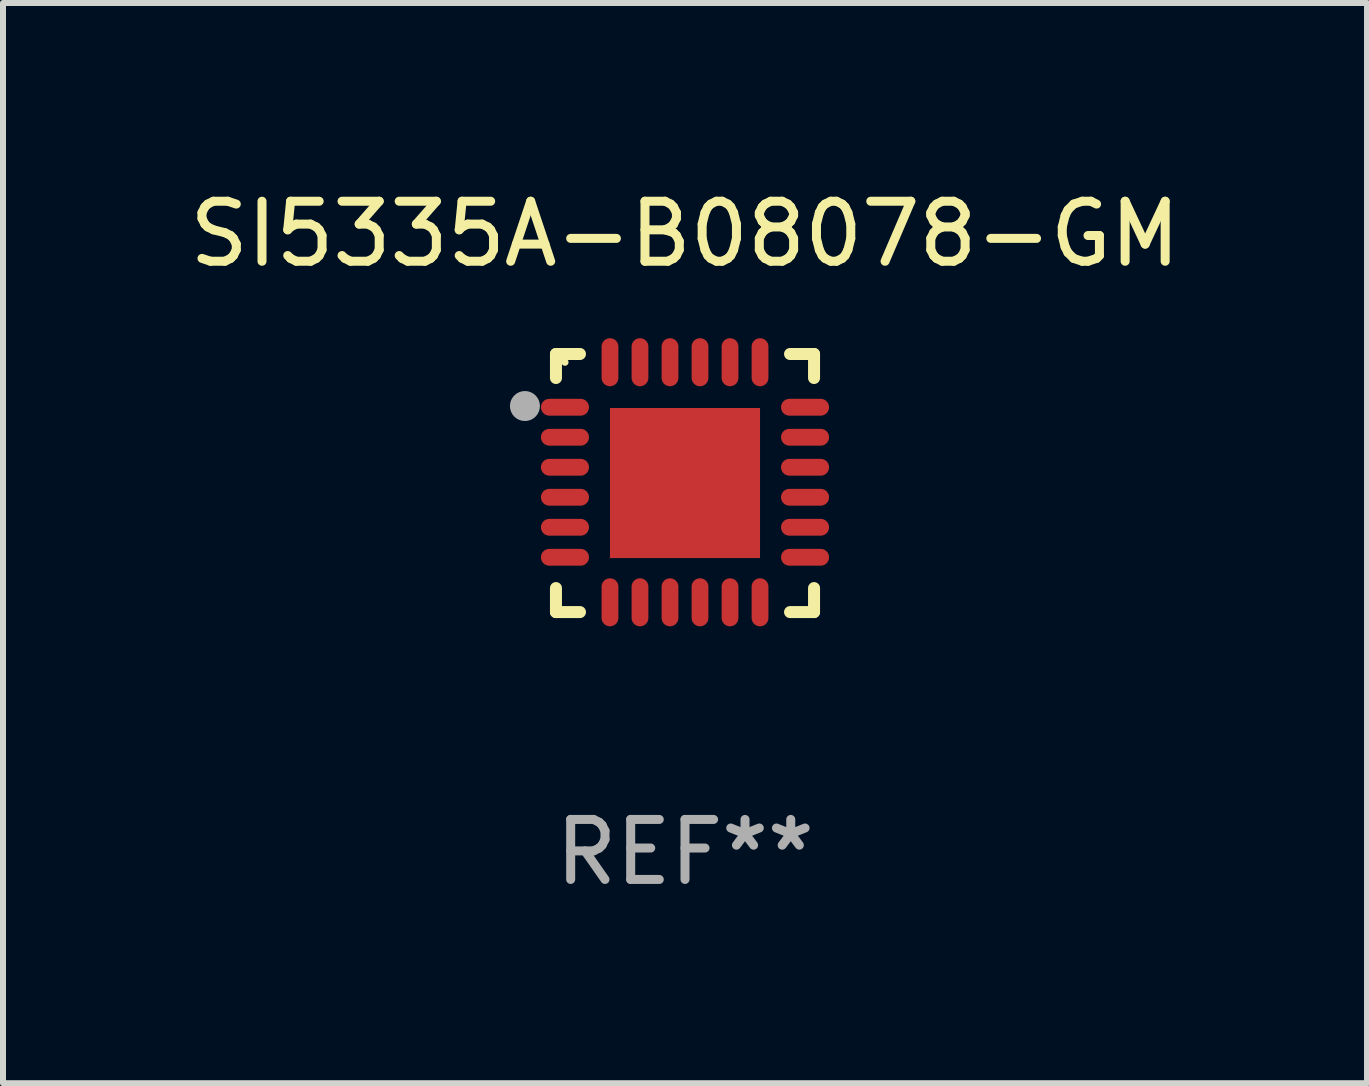
<source format=kicad_pcb>
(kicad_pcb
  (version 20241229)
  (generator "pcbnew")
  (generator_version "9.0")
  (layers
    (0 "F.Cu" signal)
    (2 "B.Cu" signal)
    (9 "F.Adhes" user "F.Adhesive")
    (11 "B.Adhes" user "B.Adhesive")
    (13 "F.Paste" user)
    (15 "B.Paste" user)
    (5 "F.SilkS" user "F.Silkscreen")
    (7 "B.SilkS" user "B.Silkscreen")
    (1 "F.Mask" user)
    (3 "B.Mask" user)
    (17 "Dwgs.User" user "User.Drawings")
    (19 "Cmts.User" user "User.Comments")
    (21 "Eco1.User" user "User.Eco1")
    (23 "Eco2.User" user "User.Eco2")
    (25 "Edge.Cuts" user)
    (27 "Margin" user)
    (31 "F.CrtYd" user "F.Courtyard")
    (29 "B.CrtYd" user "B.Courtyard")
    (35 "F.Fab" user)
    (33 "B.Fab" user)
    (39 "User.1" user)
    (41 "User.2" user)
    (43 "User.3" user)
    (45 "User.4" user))
  (footprint "SI5335A-B08078-GM"
    (layer "F.Cu")
    (at 8.363 4.998)
    (property "Reference" "SI5335A-B08078-GM" (at 0 -4.15 0) (layer "F.SilkS") (effects (font (size 1 1) (thickness 0.15))))
    (attr through_hole)
    (fp_line (start -2.15 -2.15) (end -1.75 -2.15) (stroke (width 0.2) (type solid)) (layer "F.SilkS"))
    (fp_line (start -2.15 -1.75) (end -2.15 -2.15) (stroke (width 0.2) (type solid)) (layer "F.SilkS"))
    (fp_line (start -2.15 2.15) (end -2.15 1.75) (stroke (width 0.2) (type solid)) (layer "F.SilkS"))
    (fp_line (start -1.75 2.15) (end -2.15 2.15) (stroke (width 0.2) (type solid)) (layer "F.SilkS"))
    (fp_line (start 1.75 -2.15) (end 2.15 -2.15) (stroke (width 0.2) (type solid)) (layer "F.SilkS"))
    (fp_line (start 1.75 2.15) (end 2.15 2.15) (stroke (width 0.2) (type solid)) (layer "F.SilkS"))
    (fp_line (start 2.15 -2.15) (end 2.15 -1.75) (stroke (width 0.2) (type solid)) (layer "F.SilkS"))
    (fp_line (start 2.15 2.15) (end 2.15 1.75) (stroke (width 0.2) (type solid)) (layer "F.SilkS"))
    (fp_circle (center -2 -2.013) (end -1.97 -2.013) (stroke (width 0.06) (type solid)) (fill no) (layer "F.SilkS"))
    (fp_circle (center -2.667 -1.283) (end -2.542 -1.283) (stroke (width 0.25) (type solid)) (fill no) (layer "F.Fab"))
    (fp_text user "REF**" (at 0 6.15 0) (layer "F.Fab") (effects (font (size 1 1) (thickness 0.15))))
    (pad "1" smd oval (at -2 -1.263) (size 0.8 0.28) (layers "F.Cu" "F.Mask" "F.Paste"))
    (pad "2" smd oval (at -2 -0.763) (size 0.8 0.28) (layers "F.Cu" "F.Mask" "F.Paste"))
    (pad "3" smd oval (at -2 -0.263) (size 0.8 0.28) (layers "F.Cu" "F.Mask" "F.Paste"))
    (pad "4" smd oval (at -2 0.237) (size 0.8 0.28) (layers "F.Cu" "F.Mask" "F.Paste"))
    (pad "5" smd oval (at -2 0.737) (size 0.8 0.28) (layers "F.Cu" "F.Mask" "F.Paste"))
    (pad "6" smd oval (at -2 1.237) (size 0.8 0.28) (layers "F.Cu" "F.Mask" "F.Paste"))
    (pad "7" smd oval (at -1.25 1.987) (size 0.28 0.8) (layers "F.Cu" "F.Mask" "F.Paste"))
    (pad "8" smd oval (at -0.75 1.987) (size 0.28 0.8) (layers "F.Cu" "F.Mask" "F.Paste"))
    (pad "9" smd oval (at -0.25 1.987) (size 0.28 0.8) (layers "F.Cu" "F.Mask" "F.Paste"))
    (pad "10" smd oval (at 0.25 1.987) (size 0.28 0.8) (layers "F.Cu" "F.Mask" "F.Paste"))
    (pad "11" smd oval (at 0.75 1.987) (size 0.28 0.8) (layers "F.Cu" "F.Mask" "F.Paste"))
    (pad "12" smd oval (at 1.25 1.987) (size 0.28 0.8) (layers "F.Cu" "F.Mask" "F.Paste"))
    (pad "13" smd oval (at 2 1.237) (size 0.8 0.28) (layers "F.Cu" "F.Mask" "F.Paste"))
    (pad "14" smd oval (at 2 0.737) (size 0.8 0.28) (layers "F.Cu" "F.Mask" "F.Paste"))
    (pad "15" smd oval (at 2 0.237) (size 0.8 0.28) (layers "F.Cu" "F.Mask" "F.Paste"))
    (pad "16" smd oval (at 2 -0.263) (size 0.8 0.28) (layers "F.Cu" "F.Mask" "F.Paste"))
    (pad "17" smd oval (at 2 -0.763) (size 0.8 0.28) (layers "F.Cu" "F.Mask" "F.Paste"))
    (pad "18" smd oval (at 2 -1.263) (size 0.8 0.28) (layers "F.Cu" "F.Mask" "F.Paste"))
    (pad "19" smd oval (at 1.25 -2.013) (size 0.28 0.8) (layers "F.Cu" "F.Mask" "F.Paste"))
    (pad "20" smd oval (at 0.75 -2.013) (size 0.28 0.8) (layers "F.Cu" "F.Mask" "F.Paste"))
    (pad "21" smd oval (at 0.25 -2.013) (size 0.28 0.8) (layers "F.Cu" "F.Mask" "F.Paste"))
    (pad "22" smd oval (at -0.25 -2.013) (size 0.28 0.8) (layers "F.Cu" "F.Mask" "F.Paste"))
    (pad "23" smd oval (at -0.75 -2.013) (size 0.28 0.8) (layers "F.Cu" "F.Mask" "F.Paste"))
    (pad "24" smd oval (at -1.25 -2.013) (size 0.28 0.8) (layers "F.Cu" "F.Mask" "F.Paste"))
    (pad "25" smd rect (at -0.000127 -0.00014) (size 2.5 2.5) (layers "F.Cu" "F.Mask" "F.Paste")))
  (gr_rect
    (start -3 -3)
    (end 19.726 14.997)
    (stroke (width 0.1) (type default))
    (fill no)
    (layer "Edge.Cuts")))
</source>
